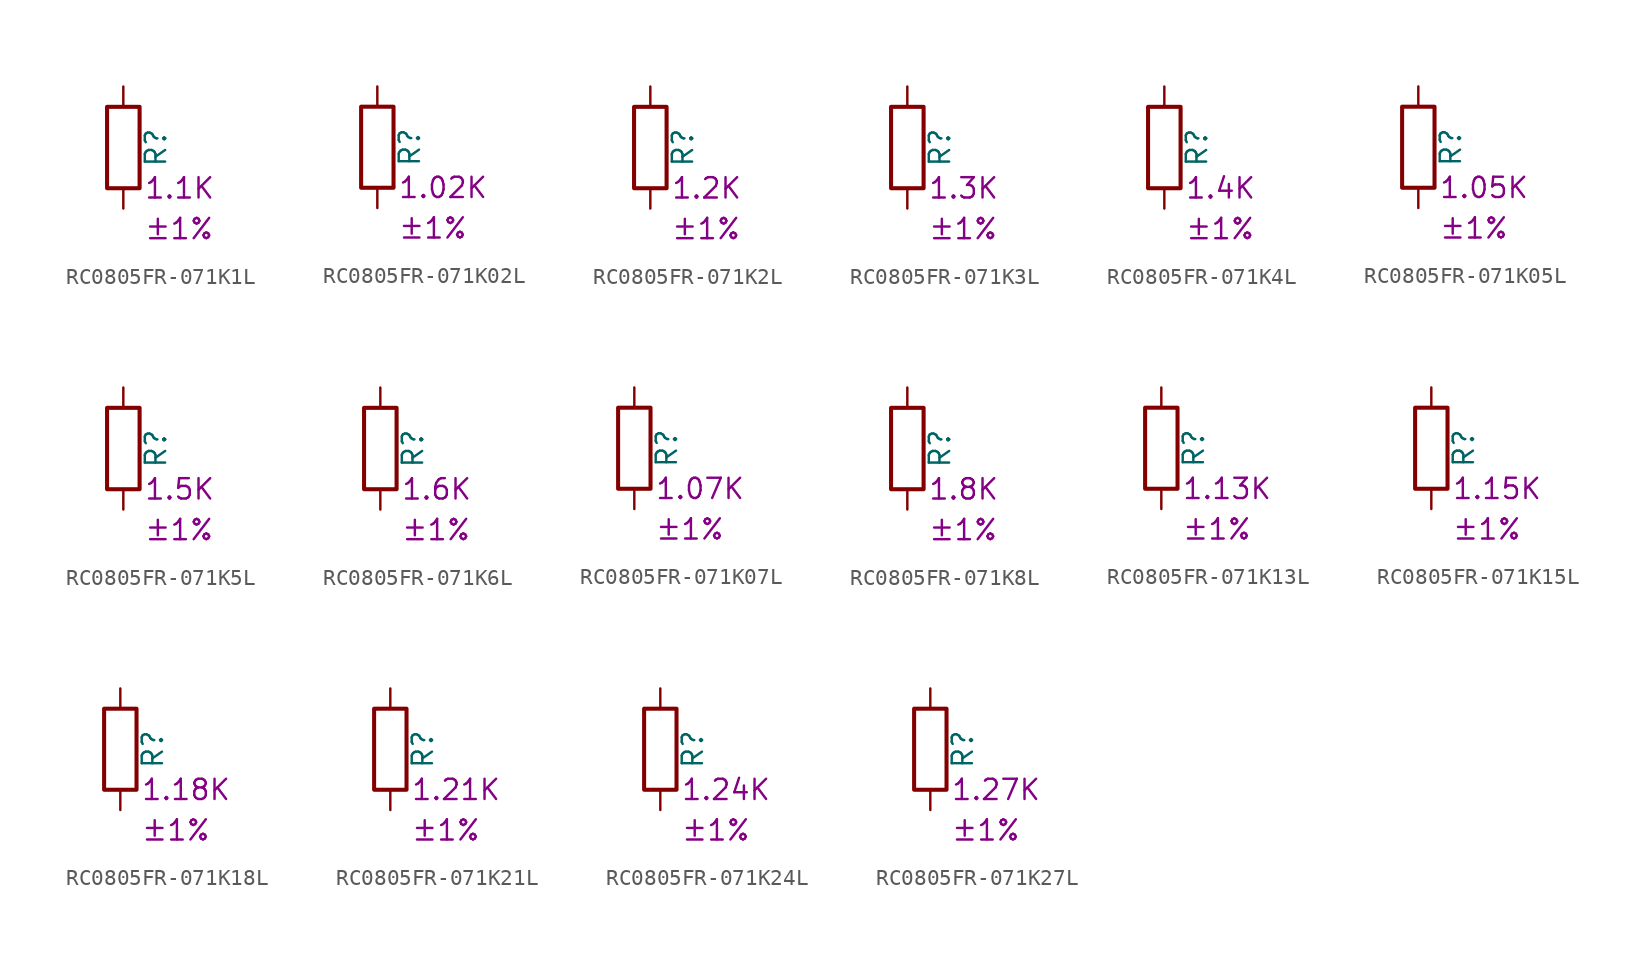
<source format=kicad_sym>
(kicad_symbol_lib
  (version 20220914)
  (generator kicad_symbol_editor)
  (symbol "RC0805FR-071K1L"
    (pin_numbers hide)
    (pin_names
      (offset 0))
    (property "Reference" "R"
      (at 2.032 0 90)
      (effects (font (size 1.27 1.27))))
    (property "Resistance" "1.1K"
      (at 1.27 -2.54 0)
      (effects (font (size 1.27 1.27)) (justify left)))
    (property "Tolerance" "±1%"
      (at 1.27 -5.08 0)
      (effects (font (size 1.27 1.27)) (justify left)))
    (symbol "RC0805FR-071K1L_0_1"
      (rectangle (start -1.016 -2.54) (end 1.016 2.54) (stroke (width 0.254) (type default)) (fill (type none))))
    (symbol "RC0805FR-071K1L_1_1"
      (pin passive line (at 0 3.81 270) (length 1.27) (name "~" (effects (font (size 1.27 1.27)))) (number "1" (effects (font (size 1.27 1.27)))))
      (pin passive line (at 0 -3.81 90) (length 1.27) (name "~" (effects (font (size 1.27 1.27)))) (number "2" (effects (font (size 1.27 1.27)))))))
  (symbol "RC0805FR-071K02L"
    (pin_numbers hide)
    (pin_names
      (offset 0))
    (property "Reference" "R"
      (at 2.032 0 90)
      (effects (font (size 1.27 1.27))))
    (property "Resistance" "1.02K"
      (at 1.27 -2.54 0)
      (effects (font (size 1.27 1.27)) (justify left)))
    (property "Tolerance" "±1%"
      (at 1.27 -5.08 0)
      (effects (font (size 1.27 1.27)) (justify left)))
    (symbol "RC0805FR-071K02L_0_1"
      (rectangle (start -1.016 -2.54) (end 1.016 2.54) (stroke (width 0.254) (type default)) (fill (type none))))
    (symbol "RC0805FR-071K02L_1_1"
      (pin passive line (at 0 3.81 270) (length 1.27) (name "~" (effects (font (size 1.27 1.27)))) (number "1" (effects (font (size 1.27 1.27)))))
      (pin passive line (at 0 -3.81 90) (length 1.27) (name "~" (effects (font (size 1.27 1.27)))) (number "2" (effects (font (size 1.27 1.27)))))))
  (symbol "RC0805FR-071K2L"
    (pin_numbers hide)
    (pin_names
      (offset 0))
    (property "Reference" "R"
      (at 2.032 0 90)
      (effects (font (size 1.27 1.27))))
    (property "Resistance" "1.2K"
      (at 1.27 -2.54 0)
      (effects (font (size 1.27 1.27)) (justify left)))
    (property "Tolerance" "±1%"
      (at 1.27 -5.08 0)
      (effects (font (size 1.27 1.27)) (justify left)))
    (symbol "RC0805FR-071K2L_0_1"
      (rectangle (start -1.016 -2.54) (end 1.016 2.54) (stroke (width 0.254) (type default)) (fill (type none))))
    (symbol "RC0805FR-071K2L_1_1"
      (pin passive line (at 0 3.81 270) (length 1.27) (name "~" (effects (font (size 1.27 1.27)))) (number "1" (effects (font (size 1.27 1.27)))))
      (pin passive line (at 0 -3.81 90) (length 1.27) (name "~" (effects (font (size 1.27 1.27)))) (number "2" (effects (font (size 1.27 1.27)))))))
  (symbol "RC0805FR-071K3L"
    (pin_numbers hide)
    (pin_names
      (offset 0))
    (property "Reference" "R"
      (at 2.032 0 90)
      (effects (font (size 1.27 1.27))))
    (property "Resistance" "1.3K"
      (at 1.27 -2.54 0)
      (effects (font (size 1.27 1.27)) (justify left)))
    (property "Tolerance" "±1%"
      (at 1.27 -5.08 0)
      (effects (font (size 1.27 1.27)) (justify left)))
    (symbol "RC0805FR-071K3L_0_1"
      (rectangle (start -1.016 -2.54) (end 1.016 2.54) (stroke (width 0.254) (type default)) (fill (type none))))
    (symbol "RC0805FR-071K3L_1_1"
      (pin passive line (at 0 3.81 270) (length 1.27) (name "~" (effects (font (size 1.27 1.27)))) (number "1" (effects (font (size 1.27 1.27)))))
      (pin passive line (at 0 -3.81 90) (length 1.27) (name "~" (effects (font (size 1.27 1.27)))) (number "2" (effects (font (size 1.27 1.27)))))))
  (symbol "RC0805FR-071K4L"
    (pin_numbers hide)
    (pin_names
      (offset 0))
    (property "Reference" "R"
      (at 2.032 0 90)
      (effects (font (size 1.27 1.27))))
    (property "Resistance" "1.4K"
      (at 1.27 -2.54 0)
      (effects (font (size 1.27 1.27)) (justify left)))
    (property "Tolerance" "±1%"
      (at 1.27 -5.08 0)
      (effects (font (size 1.27 1.27)) (justify left)))
    (symbol "RC0805FR-071K4L_0_1"
      (rectangle (start -1.016 -2.54) (end 1.016 2.54) (stroke (width 0.254) (type default)) (fill (type none))))
    (symbol "RC0805FR-071K4L_1_1"
      (pin passive line (at 0 3.81 270) (length 1.27) (name "~" (effects (font (size 1.27 1.27)))) (number "1" (effects (font (size 1.27 1.27)))))
      (pin passive line (at 0 -3.81 90) (length 1.27) (name "~" (effects (font (size 1.27 1.27)))) (number "2" (effects (font (size 1.27 1.27)))))))
  (symbol "RC0805FR-071K05L"
    (pin_numbers hide)
    (pin_names
      (offset 0))
    (property "Reference" "R"
      (at 2.032 0 90)
      (effects (font (size 1.27 1.27))))
    (property "Resistance" "1.05K"
      (at 1.27 -2.54 0)
      (effects (font (size 1.27 1.27)) (justify left)))
    (property "Tolerance" "±1%"
      (at 1.27 -5.08 0)
      (effects (font (size 1.27 1.27)) (justify left)))
    (symbol "RC0805FR-071K05L_0_1"
      (rectangle (start -1.016 -2.54) (end 1.016 2.54) (stroke (width 0.254) (type default)) (fill (type none))))
    (symbol "RC0805FR-071K05L_1_1"
      (pin passive line (at 0 3.81 270) (length 1.27) (name "~" (effects (font (size 1.27 1.27)))) (number "1" (effects (font (size 1.27 1.27)))))
      (pin passive line (at 0 -3.81 90) (length 1.27) (name "~" (effects (font (size 1.27 1.27)))) (number "2" (effects (font (size 1.27 1.27)))))))
  (symbol "RC0805FR-071K5L"
    (pin_numbers hide)
    (pin_names
      (offset 0))
    (property "Reference" "R"
      (at 2.032 0 90)
      (effects (font (size 1.27 1.27))))
    (property "Resistance" "1.5K"
      (at 1.27 -2.54 0)
      (effects (font (size 1.27 1.27)) (justify left)))
    (property "Tolerance" "±1%"
      (at 1.27 -5.08 0)
      (effects (font (size 1.27 1.27)) (justify left)))
    (symbol "RC0805FR-071K5L_0_1"
      (rectangle (start -1.016 -2.54) (end 1.016 2.54) (stroke (width 0.254) (type default)) (fill (type none))))
    (symbol "RC0805FR-071K5L_1_1"
      (pin passive line (at 0 3.81 270) (length 1.27) (name "~" (effects (font (size 1.27 1.27)))) (number "1" (effects (font (size 1.27 1.27)))))
      (pin passive line (at 0 -3.81 90) (length 1.27) (name "~" (effects (font (size 1.27 1.27)))) (number "2" (effects (font (size 1.27 1.27)))))))
  (symbol "RC0805FR-071K6L"
    (pin_numbers hide)
    (pin_names
      (offset 0))
    (property "Reference" "R"
      (at 2.032 0 90)
      (effects (font (size 1.27 1.27))))
    (property "Resistance" "1.6K"
      (at 1.27 -2.54 0)
      (effects (font (size 1.27 1.27)) (justify left)))
    (property "Tolerance" "±1%"
      (at 1.27 -5.08 0)
      (effects (font (size 1.27 1.27)) (justify left)))
    (symbol "RC0805FR-071K6L_0_1"
      (rectangle (start -1.016 -2.54) (end 1.016 2.54) (stroke (width 0.254) (type default)) (fill (type none))))
    (symbol "RC0805FR-071K6L_1_1"
      (pin passive line (at 0 3.81 270) (length 1.27) (name "~" (effects (font (size 1.27 1.27)))) (number "1" (effects (font (size 1.27 1.27)))))
      (pin passive line (at 0 -3.81 90) (length 1.27) (name "~" (effects (font (size 1.27 1.27)))) (number "2" (effects (font (size 1.27 1.27)))))))
  (symbol "RC0805FR-071K07L"
    (pin_numbers hide)
    (pin_names
      (offset 0))
    (property "Reference" "R"
      (at 2.032 0 90)
      (effects (font (size 1.27 1.27))))
    (property "Resistance" "1.07K"
      (at 1.27 -2.54 0)
      (effects (font (size 1.27 1.27)) (justify left)))
    (property "Tolerance" "±1%"
      (at 1.27 -5.08 0)
      (effects (font (size 1.27 1.27)) (justify left)))
    (symbol "RC0805FR-071K07L_0_1"
      (rectangle (start -1.016 -2.54) (end 1.016 2.54) (stroke (width 0.254) (type default)) (fill (type none))))
    (symbol "RC0805FR-071K07L_1_1"
      (pin passive line (at 0 3.81 270) (length 1.27) (name "~" (effects (font (size 1.27 1.27)))) (number "1" (effects (font (size 1.27 1.27)))))
      (pin passive line (at 0 -3.81 90) (length 1.27) (name "~" (effects (font (size 1.27 1.27)))) (number "2" (effects (font (size 1.27 1.27)))))))
  (symbol "RC0805FR-071K8L"
    (pin_numbers hide)
    (pin_names
      (offset 0))
    (property "Reference" "R"
      (at 2.032 0 90)
      (effects (font (size 1.27 1.27))))
    (property "Resistance" "1.8K"
      (at 1.27 -2.54 0)
      (effects (font (size 1.27 1.27)) (justify left)))
    (property "Tolerance" "±1%"
      (at 1.27 -5.08 0)
      (effects (font (size 1.27 1.27)) (justify left)))
    (symbol "RC0805FR-071K8L_0_1"
      (rectangle (start -1.016 -2.54) (end 1.016 2.54) (stroke (width 0.254) (type default)) (fill (type none))))
    (symbol "RC0805FR-071K8L_1_1"
      (pin passive line (at 0 3.81 270) (length 1.27) (name "~" (effects (font (size 1.27 1.27)))) (number "1" (effects (font (size 1.27 1.27)))))
      (pin passive line (at 0 -3.81 90) (length 1.27) (name "~" (effects (font (size 1.27 1.27)))) (number "2" (effects (font (size 1.27 1.27)))))))
  (symbol "RC0805FR-071K13L"
    (pin_numbers hide)
    (pin_names
      (offset 0))
    (property "Reference" "R"
      (at 2.032 0 90)
      (effects (font (size 1.27 1.27))))
    (property "Resistance" "1.13K"
      (at 1.27 -2.54 0)
      (effects (font (size 1.27 1.27)) (justify left)))
    (property "Tolerance" "±1%"
      (at 1.27 -5.08 0)
      (effects (font (size 1.27 1.27)) (justify left)))
    (symbol "RC0805FR-071K13L_0_1"
      (rectangle (start -1.016 -2.54) (end 1.016 2.54) (stroke (width 0.254) (type default)) (fill (type none))))
    (symbol "RC0805FR-071K13L_1_1"
      (pin passive line (at 0 3.81 270) (length 1.27) (name "~" (effects (font (size 1.27 1.27)))) (number "1" (effects (font (size 1.27 1.27)))))
      (pin passive line (at 0 -3.81 90) (length 1.27) (name "~" (effects (font (size 1.27 1.27)))) (number "2" (effects (font (size 1.27 1.27)))))))
  (symbol "RC0805FR-071K15L"
    (pin_numbers hide)
    (pin_names
      (offset 0))
    (property "Reference" "R"
      (at 2.032 0 90)
      (effects (font (size 1.27 1.27))))
    (property "Resistance" "1.15K"
      (at 1.27 -2.54 0)
      (effects (font (size 1.27 1.27)) (justify left)))
    (property "Tolerance" "±1%"
      (at 1.27 -5.08 0)
      (effects (font (size 1.27 1.27)) (justify left)))
    (symbol "RC0805FR-071K15L_0_1"
      (rectangle (start -1.016 -2.54) (end 1.016 2.54) (stroke (width 0.254) (type default)) (fill (type none))))
    (symbol "RC0805FR-071K15L_1_1"
      (pin passive line (at 0 3.81 270) (length 1.27) (name "~" (effects (font (size 1.27 1.27)))) (number "1" (effects (font (size 1.27 1.27)))))
      (pin passive line (at 0 -3.81 90) (length 1.27) (name "~" (effects (font (size 1.27 1.27)))) (number "2" (effects (font (size 1.27 1.27)))))))
  (symbol "RC0805FR-071K18L"
    (pin_numbers hide)
    (pin_names
      (offset 0))
    (property "Reference" "R"
      (at 2.032 0 90)
      (effects (font (size 1.27 1.27))))
    (property "Resistance" "1.18K"
      (at 1.27 -2.54 0)
      (effects (font (size 1.27 1.27)) (justify left)))
    (property "Tolerance" "±1%"
      (at 1.27 -5.08 0)
      (effects (font (size 1.27 1.27)) (justify left)))
    (symbol "RC0805FR-071K18L_0_1"
      (rectangle (start -1.016 -2.54) (end 1.016 2.54) (stroke (width 0.254) (type default)) (fill (type none))))
    (symbol "RC0805FR-071K18L_1_1"
      (pin passive line (at 0 3.81 270) (length 1.27) (name "~" (effects (font (size 1.27 1.27)))) (number "1" (effects (font (size 1.27 1.27)))))
      (pin passive line (at 0 -3.81 90) (length 1.27) (name "~" (effects (font (size 1.27 1.27)))) (number "2" (effects (font (size 1.27 1.27)))))))
  (symbol "RC0805FR-071K21L"
    (pin_numbers hide)
    (pin_names
      (offset 0))
    (property "Reference" "R"
      (at 2.032 0 90)
      (effects (font (size 1.27 1.27))))
    (property "Resistance" "1.21K"
      (at 1.27 -2.54 0)
      (effects (font (size 1.27 1.27)) (justify left)))
    (property "Tolerance" "±1%"
      (at 1.27 -5.08 0)
      (effects (font (size 1.27 1.27)) (justify left)))
    (symbol "RC0805FR-071K21L_0_1"
      (rectangle (start -1.016 -2.54) (end 1.016 2.54) (stroke (width 0.254) (type default)) (fill (type none))))
    (symbol "RC0805FR-071K21L_1_1"
      (pin passive line (at 0 3.81 270) (length 1.27) (name "~" (effects (font (size 1.27 1.27)))) (number "1" (effects (font (size 1.27 1.27)))))
      (pin passive line (at 0 -3.81 90) (length 1.27) (name "~" (effects (font (size 1.27 1.27)))) (number "2" (effects (font (size 1.27 1.27)))))))
  (symbol "RC0805FR-071K24L"
    (pin_numbers hide)
    (pin_names
      (offset 0))
    (property "Reference" "R"
      (at 2.032 0 90)
      (effects (font (size 1.27 1.27))))
    (property "Resistance" "1.24K"
      (at 1.27 -2.54 0)
      (effects (font (size 1.27 1.27)) (justify left)))
    (property "Tolerance" "±1%"
      (at 1.27 -5.08 0)
      (effects (font (size 1.27 1.27)) (justify left)))
    (symbol "RC0805FR-071K24L_0_1"
      (rectangle (start -1.016 -2.54) (end 1.016 2.54) (stroke (width 0.254) (type default)) (fill (type none))))
    (symbol "RC0805FR-071K24L_1_1"
      (pin passive line (at 0 3.81 270) (length 1.27) (name "~" (effects (font (size 1.27 1.27)))) (number "1" (effects (font (size 1.27 1.27)))))
      (pin passive line (at 0 -3.81 90) (length 1.27) (name "~" (effects (font (size 1.27 1.27)))) (number "2" (effects (font (size 1.27 1.27)))))))
  (symbol "RC0805FR-071K27L"
    (pin_numbers hide)
    (pin_names
      (offset 0))
    (property "Reference" "R"
      (at 2.032 0 90)
      (effects (font (size 1.27 1.27))))
    (property "Resistance" "1.27K"
      (at 1.27 -2.54 0)
      (effects (font (size 1.27 1.27)) (justify left)))
    (property "Tolerance" "±1%"
      (at 1.27 -5.08 0)
      (effects (font (size 1.27 1.27)) (justify left)))
    (symbol "RC0805FR-071K27L_0_1"
      (rectangle (start -1.016 -2.54) (end 1.016 2.54) (stroke (width 0.254) (type default)) (fill (type none))))
    (symbol "RC0805FR-071K27L_1_1"
      (pin passive line (at 0 3.81 270) (length 1.27) (name "~" (effects (font (size 1.27 1.27)))) (number "1" (effects (font (size 1.27 1.27)))))
      (pin passive line (at 0 -3.81 90) (length 1.27) (name "~" (effects (font (size 1.27 1.27)))) (number "2" (effects (font (size 1.27 1.27))))))))
</source>
